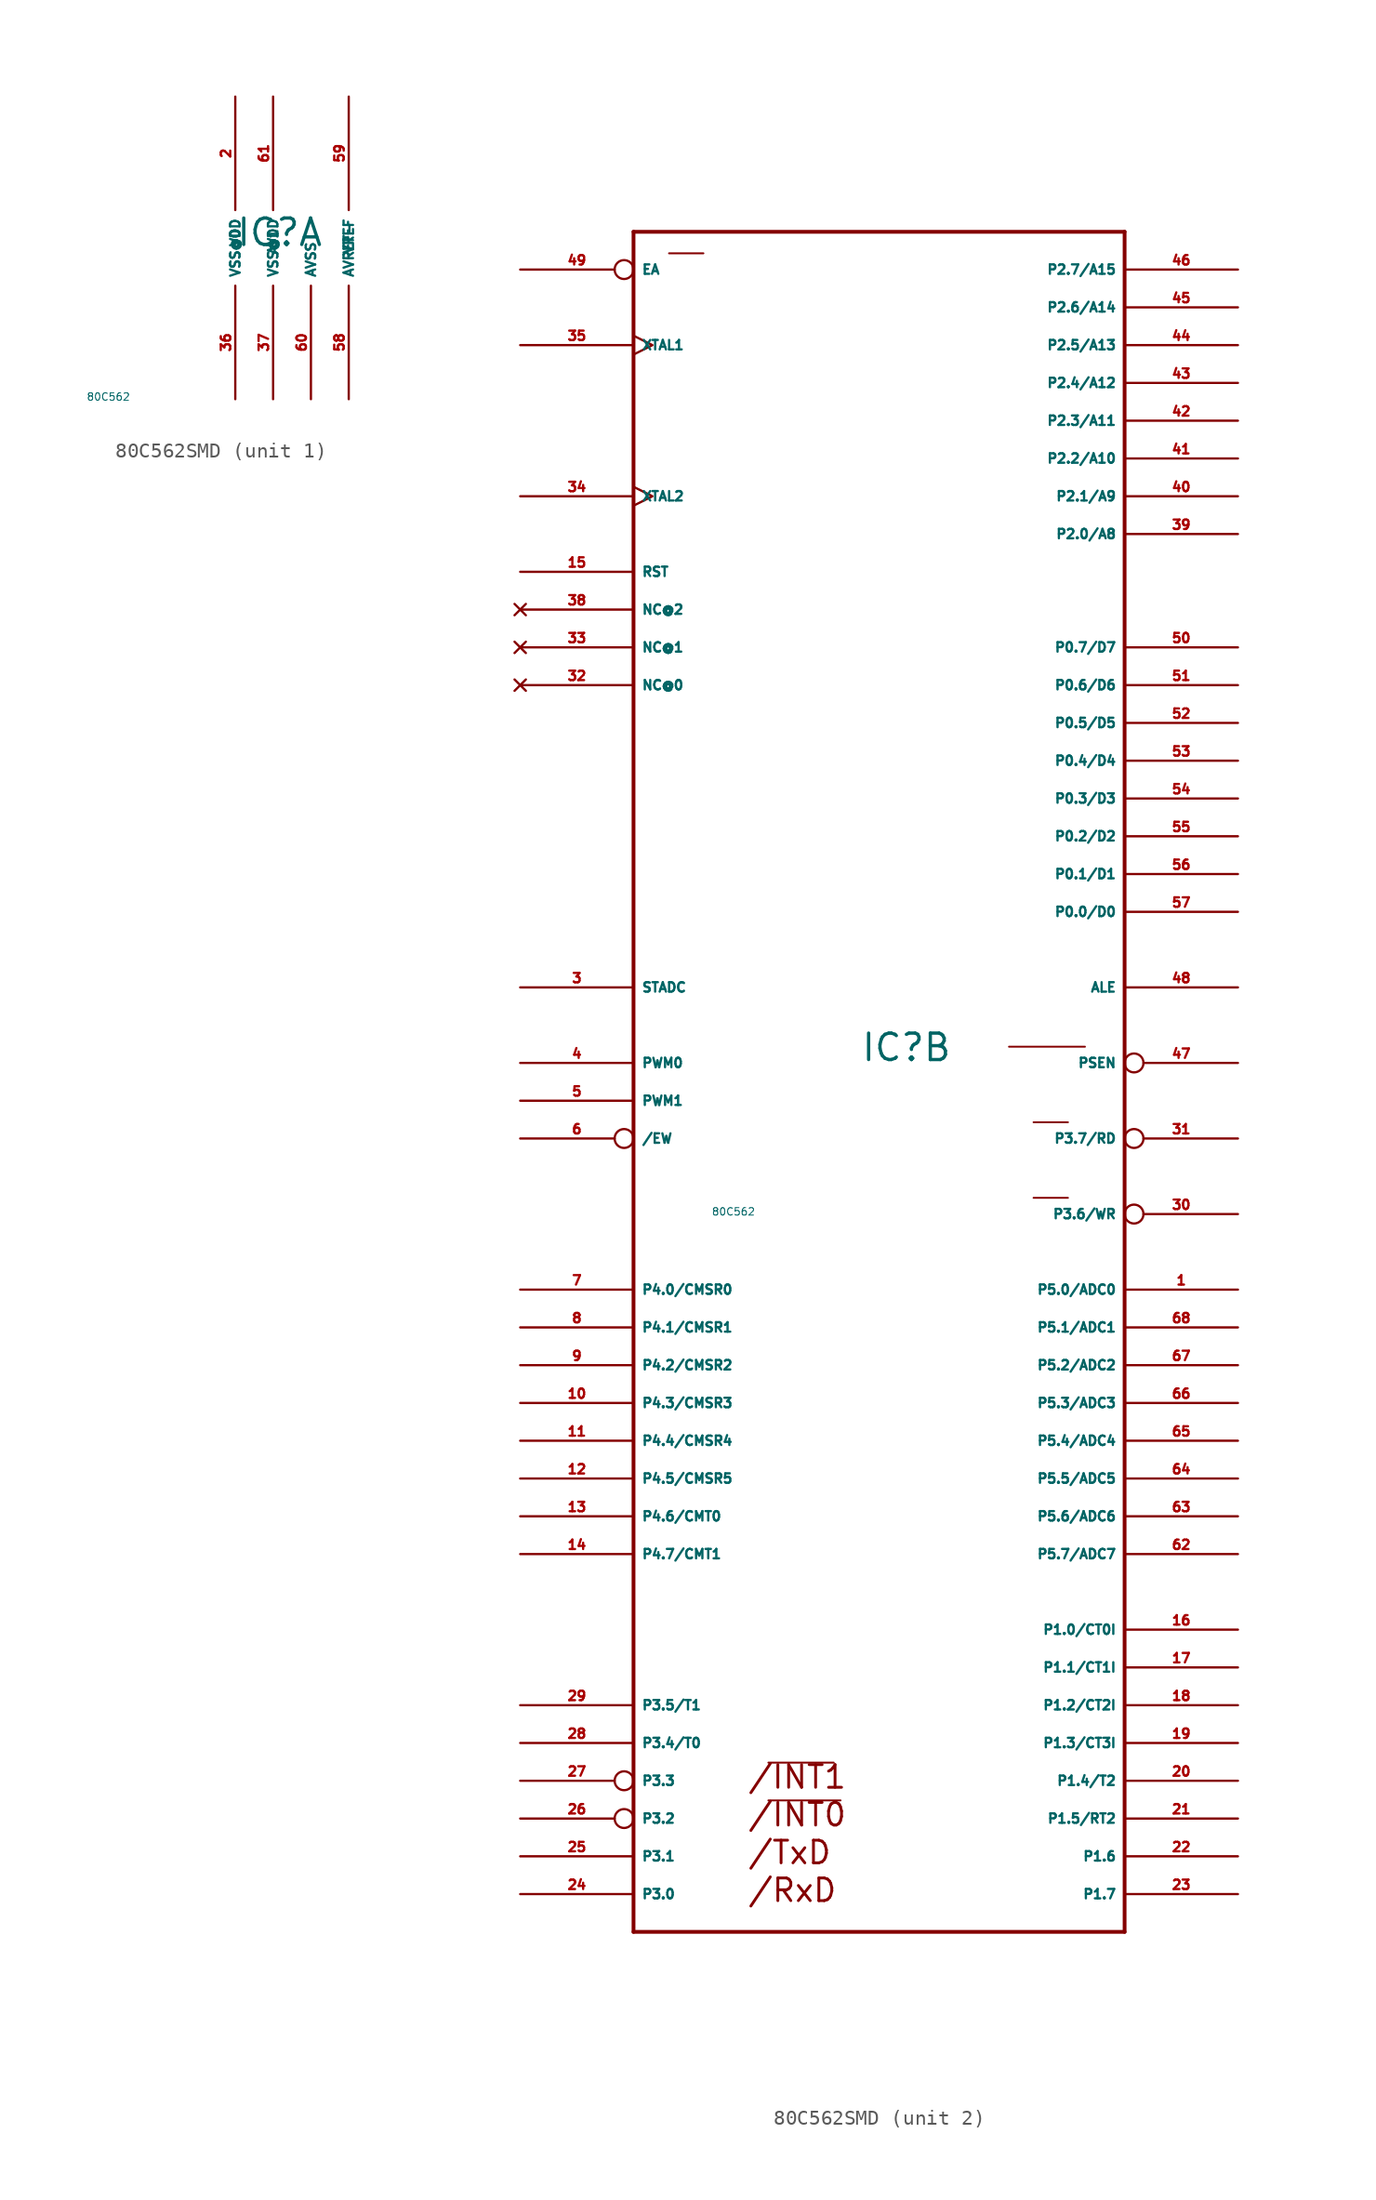
<source format=kicad_sym>
(kicad_symbol_lib
  (version 20220914)
  (generator Eagle2Kicad)
  (symbol "80C562SMD"
    (property "Reference" "IC"
      (at 0 0 0)
      (effects (font (size 1.778 1.778) (thickness 0.22)) (justify left bottom)))
    (property "Value" "80C562"
      (at -10 -10 0)
      (effects (font (size 0.5 0.5) (thickness 0.06)) (justify left)))
    (symbol "80C562SMD_1_0"
      (pin unspecified line (at 0 10.16 270) (length 7.62) (name "VDD" (effects (font (size 0.635 0.635) (thickness 0.08)) (justify left bottom))) (number "2" (effects (font (size 0.635 0.635) (thickness 0.08)) (justify left bottom))))
      (pin unspecified line (at 2.54 10.16 270) (length 7.62) (name "AVDD" (effects (font (size 0.635 0.635) (thickness 0.08)) (justify left bottom))) (number "61" (effects (font (size 0.635 0.635) (thickness 0.08)) (justify left bottom))))
      (pin unspecified line (at 0 -10.16 90) (length 7.62) (name "VSS@0" (effects (font (size 0.635 0.635) (thickness 0.08)) (justify left bottom))) (number "36" (effects (font (size 0.635 0.635) (thickness 0.08)) (justify left bottom))))
      (pin unspecified line (at 2.54 -10.16 90) (length 7.62) (name "VSS@1" (effects (font (size 0.635 0.635) (thickness 0.08)) (justify left bottom))) (number "37" (effects (font (size 0.635 0.635) (thickness 0.08)) (justify left bottom))))
      (pin unspecified line (at 5.08 -10.16 90) (length 7.62) (name "AVSS" (effects (font (size 0.635 0.635) (thickness 0.08)) (justify left bottom))) (number "60" (effects (font (size 0.635 0.635) (thickness 0.08)) (justify left bottom))))
      (pin unspecified line (at 7.62 10.16 270) (length 7.62) (name "VREF" (effects (font (size 0.635 0.635) (thickness 0.08)) (justify left bottom))) (number "59" (effects (font (size 0.635 0.635) (thickness 0.08)) (justify left bottom))))
      (pin unspecified line (at 7.62 -10.16 90) (length 7.62) (name "AVREF-" (effects (font (size 0.635 0.635) (thickness 0.08)) (justify left bottom))) (number "58" (effects (font (size 0.635 0.635) (thickness 0.08)) (justify left bottom)))))
    (symbol "80C562SMD_2_0"
      (polyline (pts (xy -6.172 -47.041) (xy -1.778 -47.041)) (stroke (width 0.127) (type default)) (fill (type none)))
      (polyline (pts (xy -6.172 -49.581) (xy -1.321 -49.581)) (stroke (width 0.127) (type default)) (fill (type none)))
      (polyline (pts (xy 11.659 -9.068) (xy 13.97 -9.068)) (stroke (width 0.127) (type default)) (fill (type none)))
      (polyline (pts (xy 11.659 -3.988) (xy 13.97 -3.988)) (stroke (width 0.127) (type default)) (fill (type none)))
      (polyline (pts (xy 10.008 1.092) (xy 15.113 1.092)) (stroke (width 0.127) (type default)) (fill (type none)))
      (polyline (pts (xy -12.852 54.432) (xy -10.541 54.432)) (stroke (width 0.127) (type default)) (fill (type none)))
      (polyline (pts (xy -15.24 -58.42) (xy 17.78 -58.42)) (stroke (width 0.254) (type default)) (fill (type none)))
      (polyline (pts (xy 17.78 -58.42) (xy 17.78 55.88)) (stroke (width 0.254) (type default)) (fill (type none)))
      (polyline (pts (xy 17.78 55.88) (xy -15.24 55.88)) (stroke (width 0.254) (type default)) (fill (type none)))
      (polyline (pts (xy -15.24 55.88) (xy -15.24 -58.42)) (stroke (width 0.254) (type default)) (fill (type none)))
      (text "/INT1" (at -7.62 -48.895 0) (effects (font (size 1.524 1.524) (thickness 0.19)) (justify left bottom)))
      (text "/INT0" (at -7.62 -51.435 0) (effects (font (size 1.524 1.524) (thickness 0.19)) (justify left bottom)))
      (text "/RxD" (at -7.62 -56.515 0) (effects (font (size 1.524 1.524) (thickness 0.19)) (justify left bottom)))
      (text "/TxD" (at -7.62 -53.975 0) (effects (font (size 1.524 1.524) (thickness 0.19)) (justify left bottom)))
      (pin input inverted (at -22.86 53.34 0) (length 7.62) (name "EA" (effects (font (size 0.635 0.635) (thickness 0.08)) (justify left bottom))) (number "49" (effects (font (size 0.635 0.635) (thickness 0.08)) (justify left bottom))))
      (pin bidirectional line (at 25.4 10.16 180) (length 7.62) (name "P0.0/D0" (effects (font (size 0.635 0.635) (thickness 0.08)) (justify left bottom))) (number "57" (effects (font (size 0.635 0.635) (thickness 0.08)) (justify left bottom))))
      (pin bidirectional line (at 25.4 12.7 180) (length 7.62) (name "P0.1/D1" (effects (font (size 0.635 0.635) (thickness 0.08)) (justify left bottom))) (number "56" (effects (font (size 0.635 0.635) (thickness 0.08)) (justify left bottom))))
      (pin bidirectional line (at 25.4 15.24 180) (length 7.62) (name "P0.2/D2" (effects (font (size 0.635 0.635) (thickness 0.08)) (justify left bottom))) (number "55" (effects (font (size 0.635 0.635) (thickness 0.08)) (justify left bottom))))
      (pin bidirectional line (at 25.4 17.78 180) (length 7.62) (name "P0.3/D3" (effects (font (size 0.635 0.635) (thickness 0.08)) (justify left bottom))) (number "54" (effects (font (size 0.635 0.635) (thickness 0.08)) (justify left bottom))))
      (pin bidirectional line (at 25.4 20.32 180) (length 7.62) (name "P0.4/D4" (effects (font (size 0.635 0.635) (thickness 0.08)) (justify left bottom))) (number "53" (effects (font (size 0.635 0.635) (thickness 0.08)) (justify left bottom))))
      (pin bidirectional line (at 25.4 22.86 180) (length 7.62) (name "P0.5/D5" (effects (font (size 0.635 0.635) (thickness 0.08)) (justify left bottom))) (number "52" (effects (font (size 0.635 0.635) (thickness 0.08)) (justify left bottom))))
      (pin bidirectional line (at 25.4 25.4 180) (length 7.62) (name "P0.6/D6" (effects (font (size 0.635 0.635) (thickness 0.08)) (justify left bottom))) (number "51" (effects (font (size 0.635 0.635) (thickness 0.08)) (justify left bottom))))
      (pin bidirectional line (at 25.4 27.94 180) (length 7.62) (name "P0.7/D7" (effects (font (size 0.635 0.635) (thickness 0.08)) (justify left bottom))) (number "50" (effects (font (size 0.635 0.635) (thickness 0.08)) (justify left bottom))))
      (pin bidirectional line (at 25.4 -15.24 180) (length 7.62) (name "P5.0/ADC0" (effects (font (size 0.635 0.635) (thickness 0.08)) (justify left bottom))) (number "1" (effects (font (size 0.635 0.635) (thickness 0.08)) (justify left bottom))))
      (pin bidirectional line (at 25.4 -17.78 180) (length 7.62) (name "P5.1/ADC1" (effects (font (size 0.635 0.635) (thickness 0.08)) (justify left bottom))) (number "68" (effects (font (size 0.635 0.635) (thickness 0.08)) (justify left bottom))))
      (pin bidirectional line (at 25.4 -20.32 180) (length 7.62) (name "P5.2/ADC2" (effects (font (size 0.635 0.635) (thickness 0.08)) (justify left bottom))) (number "67" (effects (font (size 0.635 0.635) (thickness 0.08)) (justify left bottom))))
      (pin bidirectional line (at 25.4 -22.86 180) (length 7.62) (name "P5.3/ADC3" (effects (font (size 0.635 0.635) (thickness 0.08)) (justify left bottom))) (number "66" (effects (font (size 0.635 0.635) (thickness 0.08)) (justify left bottom))))
      (pin bidirectional line (at 25.4 -25.4 180) (length 7.62) (name "P5.4/ADC4" (effects (font (size 0.635 0.635) (thickness 0.08)) (justify left bottom))) (number "65" (effects (font (size 0.635 0.635) (thickness 0.08)) (justify left bottom))))
      (pin bidirectional line (at 25.4 -27.94 180) (length 7.62) (name "P5.5/ADC5" (effects (font (size 0.635 0.635) (thickness 0.08)) (justify left bottom))) (number "64" (effects (font (size 0.635 0.635) (thickness 0.08)) (justify left bottom))))
      (pin bidirectional line (at 25.4 -30.48 180) (length 7.62) (name "P5.6/ADC6" (effects (font (size 0.635 0.635) (thickness 0.08)) (justify left bottom))) (number "63" (effects (font (size 0.635 0.635) (thickness 0.08)) (justify left bottom))))
      (pin bidirectional line (at 25.4 -33.02 180) (length 7.62) (name "P5.7/ADC7" (effects (font (size 0.635 0.635) (thickness 0.08)) (justify left bottom))) (number "62" (effects (font (size 0.635 0.635) (thickness 0.08)) (justify left bottom))))
      (pin input clock (at -22.86 48.26 0) (length 7.62) (name "XTAL1" (effects (font (size 0.635 0.635) (thickness 0.08)) (justify left bottom))) (number "35" (effects (font (size 0.635 0.635) (thickness 0.08)) (justify left bottom))))
      (pin input clock (at -22.86 38.1 0) (length 7.62) (name "XTAL2" (effects (font (size 0.635 0.635) (thickness 0.08)) (justify left bottom))) (number "34" (effects (font (size 0.635 0.635) (thickness 0.08)) (justify left bottom))))
      (pin input line (at -22.86 33.02 0) (length 7.62) (name "RST" (effects (font (size 0.635 0.635) (thickness 0.08)) (justify left bottom))) (number "15" (effects (font (size 0.635 0.635) (thickness 0.08)) (justify left bottom))))
      (pin output line (at 25.4 5.08 180) (length 7.62) (name "ALE" (effects (font (size 0.635 0.635) (thickness 0.08)) (justify left bottom))) (number "48" (effects (font (size 0.635 0.635) (thickness 0.08)) (justify left bottom))))
      (pin output inverted (at 25.4 0 180) (length 7.62) (name "PSEN" (effects (font (size 0.635 0.635) (thickness 0.08)) (justify left bottom))) (number "47" (effects (font (size 0.635 0.635) (thickness 0.08)) (justify left bottom))))
      (pin bidirectional line (at -22.86 -15.24 0) (length 7.62) (name "P4.0/CMSR0" (effects (font (size 0.635 0.635) (thickness 0.08)) (justify left bottom))) (number "7" (effects (font (size 0.635 0.635) (thickness 0.08)) (justify left bottom))))
      (pin output line (at 25.4 35.56 180) (length 7.62) (name "P2.0/A8" (effects (font (size 0.635 0.635) (thickness 0.08)) (justify left bottom))) (number "39" (effects (font (size 0.635 0.635) (thickness 0.08)) (justify left bottom))))
      (pin bidirectional line (at -22.86 -17.78 0) (length 7.62) (name "P4.1/CMSR1" (effects (font (size 0.635 0.635) (thickness 0.08)) (justify left bottom))) (number "8" (effects (font (size 0.635 0.635) (thickness 0.08)) (justify left bottom))))
      (pin bidirectional line (at -22.86 -20.32 0) (length 7.62) (name "P4.2/CMSR2" (effects (font (size 0.635 0.635) (thickness 0.08)) (justify left bottom))) (number "9" (effects (font (size 0.635 0.635) (thickness 0.08)) (justify left bottom))))
      (pin bidirectional line (at -22.86 -22.86 0) (length 7.62) (name "P4.3/CMSR3" (effects (font (size 0.635 0.635) (thickness 0.08)) (justify left bottom))) (number "10" (effects (font (size 0.635 0.635) (thickness 0.08)) (justify left bottom))))
      (pin output line (at 25.4 38.1 180) (length 7.62) (name "P2.1/A9" (effects (font (size 0.635 0.635) (thickness 0.08)) (justify left bottom))) (number "40" (effects (font (size 0.635 0.635) (thickness 0.08)) (justify left bottom))))
      (pin output line (at 25.4 40.64 180) (length 7.62) (name "P2.2/A10" (effects (font (size 0.635 0.635) (thickness 0.08)) (justify left bottom))) (number "41" (effects (font (size 0.635 0.635) (thickness 0.08)) (justify left bottom))))
      (pin output line (at 25.4 43.18 180) (length 7.62) (name "P2.3/A11" (effects (font (size 0.635 0.635) (thickness 0.08)) (justify left bottom))) (number "42" (effects (font (size 0.635 0.635) (thickness 0.08)) (justify left bottom))))
      (pin output line (at 25.4 45.72 180) (length 7.62) (name "P2.4/A12" (effects (font (size 0.635 0.635) (thickness 0.08)) (justify left bottom))) (number "43" (effects (font (size 0.635 0.635) (thickness 0.08)) (justify left bottom))))
      (pin output line (at 25.4 48.26 180) (length 7.62) (name "P2.5/A13" (effects (font (size 0.635 0.635) (thickness 0.08)) (justify left bottom))) (number "44" (effects (font (size 0.635 0.635) (thickness 0.08)) (justify left bottom))))
      (pin output line (at 25.4 50.8 180) (length 7.62) (name "P2.6/A14" (effects (font (size 0.635 0.635) (thickness 0.08)) (justify left bottom))) (number "45" (effects (font (size 0.635 0.635) (thickness 0.08)) (justify left bottom))))
      (pin output line (at 25.4 53.34 180) (length 7.62) (name "P2.7/A15" (effects (font (size 0.635 0.635) (thickness 0.08)) (justify left bottom))) (number "46" (effects (font (size 0.635 0.635) (thickness 0.08)) (justify left bottom))))
      (pin bidirectional line (at 25.4 -38.1 180) (length 7.62) (name "P1.0/CT0I" (effects (font (size 0.635 0.635) (thickness 0.08)) (justify left bottom))) (number "16" (effects (font (size 0.635 0.635) (thickness 0.08)) (justify left bottom))))
      (pin bidirectional line (at 25.4 -40.64 180) (length 7.62) (name "P1.1/CT1I" (effects (font (size 0.635 0.635) (thickness 0.08)) (justify left bottom))) (number "17" (effects (font (size 0.635 0.635) (thickness 0.08)) (justify left bottom))))
      (pin bidirectional line (at 25.4 -43.18 180) (length 7.62) (name "P1.2/CT2I" (effects (font (size 0.635 0.635) (thickness 0.08)) (justify left bottom))) (number "18" (effects (font (size 0.635 0.635) (thickness 0.08)) (justify left bottom))))
      (pin bidirectional line (at 25.4 -45.72 180) (length 7.62) (name "P1.3/CT3I" (effects (font (size 0.635 0.635) (thickness 0.08)) (justify left bottom))) (number "19" (effects (font (size 0.635 0.635) (thickness 0.08)) (justify left bottom))))
      (pin bidirectional line (at 25.4 -48.26 180) (length 7.62) (name "P1.4/T2" (effects (font (size 0.635 0.635) (thickness 0.08)) (justify left bottom))) (number "20" (effects (font (size 0.635 0.635) (thickness 0.08)) (justify left bottom))))
      (pin bidirectional line (at 25.4 -50.8 180) (length 7.62) (name "P1.5/RT2" (effects (font (size 0.635 0.635) (thickness 0.08)) (justify left bottom))) (number "21" (effects (font (size 0.635 0.635) (thickness 0.08)) (justify left bottom))))
      (pin bidirectional line (at 25.4 -53.34 180) (length 7.62) (name "P1.6" (effects (font (size 0.635 0.635) (thickness 0.08)) (justify left bottom))) (number "22" (effects (font (size 0.635 0.635) (thickness 0.08)) (justify left bottom))))
      (pin bidirectional line (at 25.4 -55.88 180) (length 7.62) (name "P1.7" (effects (font (size 0.635 0.635) (thickness 0.08)) (justify left bottom))) (number "23" (effects (font (size 0.635 0.635) (thickness 0.08)) (justify left bottom))))
      (pin bidirectional line (at -22.86 -25.4 0) (length 7.62) (name "P4.4/CMSR4" (effects (font (size 0.635 0.635) (thickness 0.08)) (justify left bottom))) (number "11" (effects (font (size 0.635 0.635) (thickness 0.08)) (justify left bottom))))
      (pin bidirectional line (at -22.86 -27.94 0) (length 7.62) (name "P4.5/CMSR5" (effects (font (size 0.635 0.635) (thickness 0.08)) (justify left bottom))) (number "12" (effects (font (size 0.635 0.635) (thickness 0.08)) (justify left bottom))))
      (pin bidirectional line (at -22.86 -30.48 0) (length 7.62) (name "P4.6/CMT0" (effects (font (size 0.635 0.635) (thickness 0.08)) (justify left bottom))) (number "13" (effects (font (size 0.635 0.635) (thickness 0.08)) (justify left bottom))))
      (pin bidirectional line (at -22.86 -33.02 0) (length 7.62) (name "P4.7/CMT1" (effects (font (size 0.635 0.635) (thickness 0.08)) (justify left bottom))) (number "14" (effects (font (size 0.635 0.635) (thickness 0.08)) (justify left bottom))))
      (pin bidirectional line (at -22.86 -55.88 0) (length 7.62) (name "P3.0" (effects (font (size 0.635 0.635) (thickness 0.08)) (justify left bottom))) (number "24" (effects (font (size 0.635 0.635) (thickness 0.08)) (justify left bottom))))
      (pin bidirectional line (at -22.86 -53.34 0) (length 7.62) (name "P3.1" (effects (font (size 0.635 0.635) (thickness 0.08)) (justify left bottom))) (number "25" (effects (font (size 0.635 0.635) (thickness 0.08)) (justify left bottom))))
      (pin bidirectional inverted (at -22.86 -50.8 0) (length 7.62) (name "P3.2" (effects (font (size 0.635 0.635) (thickness 0.08)) (justify left bottom))) (number "26" (effects (font (size 0.635 0.635) (thickness 0.08)) (justify left bottom))))
      (pin bidirectional inverted (at -22.86 -48.26 0) (length 7.62) (name "P3.3" (effects (font (size 0.635 0.635) (thickness 0.08)) (justify left bottom))) (number "27" (effects (font (size 0.635 0.635) (thickness 0.08)) (justify left bottom))))
      (pin bidirectional line (at -22.86 -45.72 0) (length 7.62) (name "P3.4/T0" (effects (font (size 0.635 0.635) (thickness 0.08)) (justify left bottom))) (number "28" (effects (font (size 0.635 0.635) (thickness 0.08)) (justify left bottom))))
      (pin bidirectional line (at -22.86 -43.18 0) (length 7.62) (name "P3.5/T1" (effects (font (size 0.635 0.635) (thickness 0.08)) (justify left bottom))) (number "29" (effects (font (size 0.635 0.635) (thickness 0.08)) (justify left bottom))))
      (pin bidirectional inverted (at 25.4 -10.16 180) (length 7.62) (name "P3.6/WR" (effects (font (size 0.635 0.635) (thickness 0.08)) (justify left bottom))) (number "30" (effects (font (size 0.635 0.635) (thickness 0.08)) (justify left bottom))))
      (pin bidirectional inverted (at 25.4 -5.08 180) (length 7.62) (name "P3.7/RD" (effects (font (size 0.635 0.635) (thickness 0.08)) (justify left bottom))) (number "31" (effects (font (size 0.635 0.635) (thickness 0.08)) (justify left bottom))))
      (pin bidirectional line (at -22.86 5.08 0) (length 7.62) (name "STADC" (effects (font (size 0.635 0.635) (thickness 0.08)) (justify left bottom))) (number "3" (effects (font (size 0.635 0.635) (thickness 0.08)) (justify left bottom))))
      (pin bidirectional line (at -22.86 0 0) (length 7.62) (name "PWM0" (effects (font (size 0.635 0.635) (thickness 0.08)) (justify left bottom))) (number "4" (effects (font (size 0.635 0.635) (thickness 0.08)) (justify left bottom))))
      (pin bidirectional line (at -22.86 -2.54 0) (length 7.62) (name "PWM1" (effects (font (size 0.635 0.635) (thickness 0.08)) (justify left bottom))) (number "5" (effects (font (size 0.635 0.635) (thickness 0.08)) (justify left bottom))))
      (pin bidirectional inverted (at -22.86 -5.08 0) (length 7.62) (name "/EW" (effects (font (size 0.635 0.635) (thickness 0.08)) (justify left bottom))) (number "6" (effects (font (size 0.635 0.635) (thickness 0.08)) (justify left bottom))))
      (pin no_connect line (at -22.86 25.4 0) (length 7.62) (name "NC@0" (effects (font (size 0.635 0.635) (thickness 0.08)) (justify left bottom) hide)) (number "32" (effects (font (size 0.635 0.635) (thickness 0.08)) (justify left bottom) hide)))
      (pin no_connect line (at -22.86 27.94 0) (length 7.62) (name "NC@1" (effects (font (size 0.635 0.635) (thickness 0.08)) (justify left bottom) hide)) (number "33" (effects (font (size 0.635 0.635) (thickness 0.08)) (justify left bottom) hide)))
      (pin no_connect line (at -22.86 30.48 0) (length 7.62) (name "NC@2" (effects (font (size 0.635 0.635) (thickness 0.08)) (justify left bottom) hide)) (number "38" (effects (font (size 0.635 0.635) (thickness 0.08)) (justify left bottom) hide))))))
</source>
